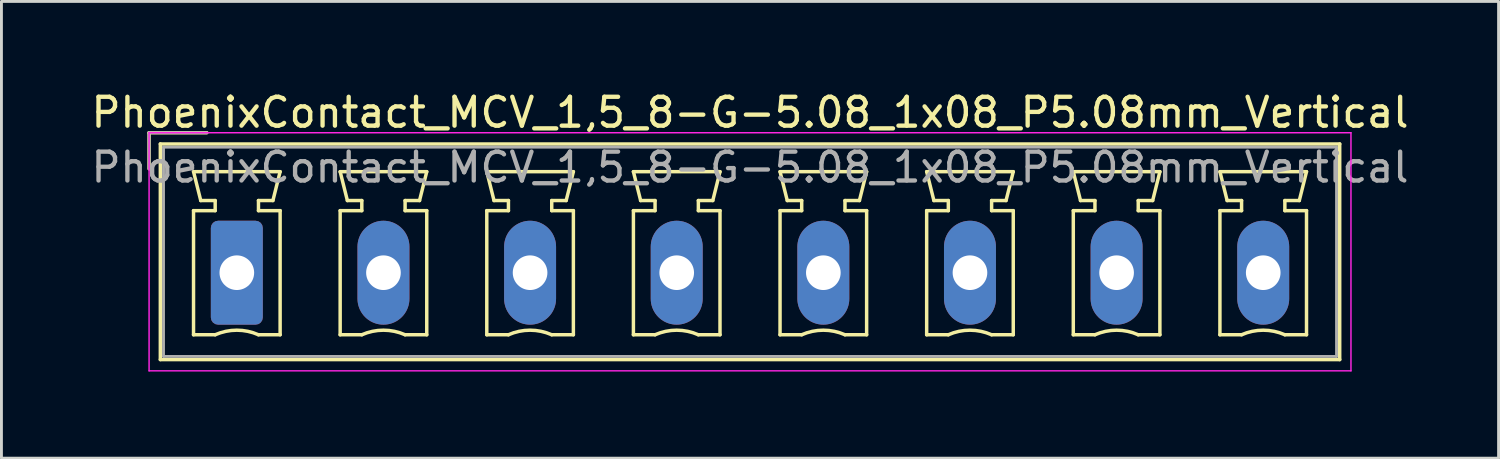
<source format=kicad_pcb>
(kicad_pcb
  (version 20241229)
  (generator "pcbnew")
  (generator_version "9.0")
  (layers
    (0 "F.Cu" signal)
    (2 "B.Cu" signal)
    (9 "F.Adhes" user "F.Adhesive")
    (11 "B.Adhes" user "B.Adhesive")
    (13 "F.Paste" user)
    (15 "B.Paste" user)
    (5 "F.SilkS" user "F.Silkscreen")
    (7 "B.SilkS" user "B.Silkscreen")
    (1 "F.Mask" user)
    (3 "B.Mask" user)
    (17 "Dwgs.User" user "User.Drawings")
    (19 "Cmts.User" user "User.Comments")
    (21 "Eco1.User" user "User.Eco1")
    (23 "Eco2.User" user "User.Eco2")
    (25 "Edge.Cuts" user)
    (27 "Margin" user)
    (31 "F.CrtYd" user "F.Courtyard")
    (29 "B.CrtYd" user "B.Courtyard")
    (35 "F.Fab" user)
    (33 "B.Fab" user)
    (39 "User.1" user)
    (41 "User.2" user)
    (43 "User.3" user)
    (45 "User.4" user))
  (footprint "PhoenixContact_MCV_1,5_8-G-5.08_1x08_P5.08mm_Vertical"
    (layer "F.Cu")
    (at 5.155 6.398)
    (property "Reference" "PhoenixContact_MCV_1,5_8-G-5.08_1x08_P5.08mm_Vertical" (at 17.78 -5.55 0) (layer "F.SilkS") (effects (font (size 1 1) (thickness 0.15))))
    (attr through_hole)
    (fp_line (start -3.04 -4.85) (end -1.04 -4.85) (stroke (width 0.12) (type solid)) (layer "F.SilkS"))
    (fp_line (start -3.04 -3.6) (end -3.04 -4.85) (stroke (width 0.12) (type solid)) (layer "F.SilkS"))
    (fp_line (start -2.65 -4.46) (end -2.65 3.01) (stroke (width 0.12) (type solid)) (layer "F.SilkS"))
    (fp_line (start -2.65 3.01) (end 38.21 3.01) (stroke (width 0.12) (type solid)) (layer "F.SilkS"))
    (fp_line (start -1.5 -3.5) (end 1.5 -3.5) (stroke (width 0.12) (type solid)) (layer "F.SilkS"))
    (fp_line (start -1.5 -2.15) (end -0.75 -2.15) (stroke (width 0.12) (type solid)) (layer "F.SilkS"))
    (fp_line (start -1.5 2.15) (end -1.5 -2.15) (stroke (width 0.12) (type solid)) (layer "F.SilkS"))
    (fp_line (start -1.25 -2.5) (end -1.5 -3.5) (stroke (width 0.12) (type solid)) (layer "F.SilkS"))
    (fp_line (start -0.75 -2.5) (end -1.25 -2.5) (stroke (width 0.12) (type solid)) (layer "F.SilkS"))
    (fp_line (start -0.75 -2.15) (end -0.75 -2.5) (stroke (width 0.12) (type solid)) (layer "F.SilkS"))
    (fp_line (start -0.75 2.15) (end -1.5 2.15) (stroke (width 0.12) (type solid)) (layer "F.SilkS"))
    (fp_line (start 0.75 -2.5) (end 0.75 -2.15) (stroke (width 0.12) (type solid)) (layer "F.SilkS"))
    (fp_line (start 0.75 -2.15) (end 1.5 -2.15) (stroke (width 0.12) (type solid)) (layer "F.SilkS"))
    (fp_line (start 1.25 -2.5) (end 0.75 -2.5) (stroke (width 0.12) (type solid)) (layer "F.SilkS"))
    (fp_line (start 1.5 -3.5) (end 1.25 -2.5) (stroke (width 0.12) (type solid)) (layer "F.SilkS"))
    (fp_line (start 1.5 -2.15) (end 1.5 2.15) (stroke (width 0.12) (type solid)) (layer "F.SilkS"))
    (fp_line (start 1.5 2.15) (end 0.75 2.15) (stroke (width 0.12) (type solid)) (layer "F.SilkS"))
    (fp_line (start 3.58 -3.5) (end 6.58 -3.5) (stroke (width 0.12) (type solid)) (layer "F.SilkS"))
    (fp_line (start 3.58 -2.15) (end 4.33 -2.15) (stroke (width 0.12) (type solid)) (layer "F.SilkS"))
    (fp_line (start 3.58 2.15) (end 3.58 -2.15) (stroke (width 0.12) (type solid)) (layer "F.SilkS"))
    (fp_line (start 3.83 -2.5) (end 3.58 -3.5) (stroke (width 0.12) (type solid)) (layer "F.SilkS"))
    (fp_line (start 4.33 -2.5) (end 3.83 -2.5) (stroke (width 0.12) (type solid)) (layer "F.SilkS"))
    (fp_line (start 4.33 -2.15) (end 4.33 -2.5) (stroke (width 0.12) (type solid)) (layer "F.SilkS"))
    (fp_line (start 4.33 2.15) (end 3.58 2.15) (stroke (width 0.12) (type solid)) (layer "F.SilkS"))
    (fp_line (start 5.83 -2.5) (end 5.83 -2.15) (stroke (width 0.12) (type solid)) (layer "F.SilkS"))
    (fp_line (start 5.83 -2.15) (end 6.58 -2.15) (stroke (width 0.12) (type solid)) (layer "F.SilkS"))
    (fp_line (start 6.33 -2.5) (end 5.83 -2.5) (stroke (width 0.12) (type solid)) (layer "F.SilkS"))
    (fp_line (start 6.58 -3.5) (end 6.33 -2.5) (stroke (width 0.12) (type solid)) (layer "F.SilkS"))
    (fp_line (start 6.58 -2.15) (end 6.58 2.15) (stroke (width 0.12) (type solid)) (layer "F.SilkS"))
    (fp_line (start 6.58 2.15) (end 5.83 2.15) (stroke (width 0.12) (type solid)) (layer "F.SilkS"))
    (fp_line (start 8.66 -3.5) (end 11.66 -3.5) (stroke (width 0.12) (type solid)) (layer "F.SilkS"))
    (fp_line (start 8.66 -2.15) (end 9.41 -2.15) (stroke (width 0.12) (type solid)) (layer "F.SilkS"))
    (fp_line (start 8.66 2.15) (end 8.66 -2.15) (stroke (width 0.12) (type solid)) (layer "F.SilkS"))
    (fp_line (start 8.91 -2.5) (end 8.66 -3.5) (stroke (width 0.12) (type solid)) (layer "F.SilkS"))
    (fp_line (start 9.41 -2.5) (end 8.91 -2.5) (stroke (width 0.12) (type solid)) (layer "F.SilkS"))
    (fp_line (start 9.41 -2.15) (end 9.41 -2.5) (stroke (width 0.12) (type solid)) (layer "F.SilkS"))
    (fp_line (start 9.41 2.15) (end 8.66 2.15) (stroke (width 0.12) (type solid)) (layer "F.SilkS"))
    (fp_line (start 10.91 -2.5) (end 10.91 -2.15) (stroke (width 0.12) (type solid)) (layer "F.SilkS"))
    (fp_line (start 10.91 -2.15) (end 11.66 -2.15) (stroke (width 0.12) (type solid)) (layer "F.SilkS"))
    (fp_line (start 11.41 -2.5) (end 10.91 -2.5) (stroke (width 0.12) (type solid)) (layer "F.SilkS"))
    (fp_line (start 11.66 -3.5) (end 11.41 -2.5) (stroke (width 0.12) (type solid)) (layer "F.SilkS"))
    (fp_line (start 11.66 -2.15) (end 11.66 2.15) (stroke (width 0.12) (type solid)) (layer "F.SilkS"))
    (fp_line (start 11.66 2.15) (end 10.91 2.15) (stroke (width 0.12) (type solid)) (layer "F.SilkS"))
    (fp_line (start 13.74 -3.5) (end 16.74 -3.5) (stroke (width 0.12) (type solid)) (layer "F.SilkS"))
    (fp_line (start 13.74 -2.15) (end 14.49 -2.15) (stroke (width 0.12) (type solid)) (layer "F.SilkS"))
    (fp_line (start 13.74 2.15) (end 13.74 -2.15) (stroke (width 0.12) (type solid)) (layer "F.SilkS"))
    (fp_line (start 13.99 -2.5) (end 13.74 -3.5) (stroke (width 0.12) (type solid)) (layer "F.SilkS"))
    (fp_line (start 14.49 -2.5) (end 13.99 -2.5) (stroke (width 0.12) (type solid)) (layer "F.SilkS"))
    (fp_line (start 14.49 -2.15) (end 14.49 -2.5) (stroke (width 0.12) (type solid)) (layer "F.SilkS"))
    (fp_line (start 14.49 2.15) (end 13.74 2.15) (stroke (width 0.12) (type solid)) (layer "F.SilkS"))
    (fp_line (start 15.99 -2.5) (end 15.99 -2.15) (stroke (width 0.12) (type solid)) (layer "F.SilkS"))
    (fp_line (start 15.99 -2.15) (end 16.74 -2.15) (stroke (width 0.12) (type solid)) (layer "F.SilkS"))
    (fp_line (start 16.49 -2.5) (end 15.99 -2.5) (stroke (width 0.12) (type solid)) (layer "F.SilkS"))
    (fp_line (start 16.74 -3.5) (end 16.49 -2.5) (stroke (width 0.12) (type solid)) (layer "F.SilkS"))
    (fp_line (start 16.74 -2.15) (end 16.74 2.15) (stroke (width 0.12) (type solid)) (layer "F.SilkS"))
    (fp_line (start 16.74 2.15) (end 15.99 2.15) (stroke (width 0.12) (type solid)) (layer "F.SilkS"))
    (fp_line (start 18.82 -3.5) (end 21.82 -3.5) (stroke (width 0.12) (type solid)) (layer "F.SilkS"))
    (fp_line (start 18.82 -2.15) (end 19.57 -2.15) (stroke (width 0.12) (type solid)) (layer "F.SilkS"))
    (fp_line (start 18.82 2.15) (end 18.82 -2.15) (stroke (width 0.12) (type solid)) (layer "F.SilkS"))
    (fp_line (start 19.07 -2.5) (end 18.82 -3.5) (stroke (width 0.12) (type solid)) (layer "F.SilkS"))
    (fp_line (start 19.57 -2.5) (end 19.07 -2.5) (stroke (width 0.12) (type solid)) (layer "F.SilkS"))
    (fp_line (start 19.57 -2.15) (end 19.57 -2.5) (stroke (width 0.12) (type solid)) (layer "F.SilkS"))
    (fp_line (start 19.57 2.15) (end 18.82 2.15) (stroke (width 0.12) (type solid)) (layer "F.SilkS"))
    (fp_line (start 21.07 -2.5) (end 21.07 -2.15) (stroke (width 0.12) (type solid)) (layer "F.SilkS"))
    (fp_line (start 21.07 -2.15) (end 21.82 -2.15) (stroke (width 0.12) (type solid)) (layer "F.SilkS"))
    (fp_line (start 21.57 -2.5) (end 21.07 -2.5) (stroke (width 0.12) (type solid)) (layer "F.SilkS"))
    (fp_line (start 21.82 -3.5) (end 21.57 -2.5) (stroke (width 0.12) (type solid)) (layer "F.SilkS"))
    (fp_line (start 21.82 -2.15) (end 21.82 2.15) (stroke (width 0.12) (type solid)) (layer "F.SilkS"))
    (fp_line (start 21.82 2.15) (end 21.07 2.15) (stroke (width 0.12) (type solid)) (layer "F.SilkS"))
    (fp_line (start 23.9 -3.5) (end 26.9 -3.5) (stroke (width 0.12) (type solid)) (layer "F.SilkS"))
    (fp_line (start 23.9 -2.15) (end 24.65 -2.15) (stroke (width 0.12) (type solid)) (layer "F.SilkS"))
    (fp_line (start 23.9 2.15) (end 23.9 -2.15) (stroke (width 0.12) (type solid)) (layer "F.SilkS"))
    (fp_line (start 24.15 -2.5) (end 23.9 -3.5) (stroke (width 0.12) (type solid)) (layer "F.SilkS"))
    (fp_line (start 24.65 -2.5) (end 24.15 -2.5) (stroke (width 0.12) (type solid)) (layer "F.SilkS"))
    (fp_line (start 24.65 -2.15) (end 24.65 -2.5) (stroke (width 0.12) (type solid)) (layer "F.SilkS"))
    (fp_line (start 24.65 2.15) (end 23.9 2.15) (stroke (width 0.12) (type solid)) (layer "F.SilkS"))
    (fp_line (start 26.15 -2.5) (end 26.15 -2.15) (stroke (width 0.12) (type solid)) (layer "F.SilkS"))
    (fp_line (start 26.15 -2.15) (end 26.9 -2.15) (stroke (width 0.12) (type solid)) (layer "F.SilkS"))
    (fp_line (start 26.65 -2.5) (end 26.15 -2.5) (stroke (width 0.12) (type solid)) (layer "F.SilkS"))
    (fp_line (start 26.9 -3.5) (end 26.65 -2.5) (stroke (width 0.12) (type solid)) (layer "F.SilkS"))
    (fp_line (start 26.9 -2.15) (end 26.9 2.15) (stroke (width 0.12) (type solid)) (layer "F.SilkS"))
    (fp_line (start 26.9 2.15) (end 26.15 2.15) (stroke (width 0.12) (type solid)) (layer "F.SilkS"))
    (fp_line (start 28.98 -3.5) (end 31.98 -3.5) (stroke (width 0.12) (type solid)) (layer "F.SilkS"))
    (fp_line (start 28.98 -2.15) (end 29.73 -2.15) (stroke (width 0.12) (type solid)) (layer "F.SilkS"))
    (fp_line (start 28.98 2.15) (end 28.98 -2.15) (stroke (width 0.12) (type solid)) (layer "F.SilkS"))
    (fp_line (start 29.23 -2.5) (end 28.98 -3.5) (stroke (width 0.12) (type solid)) (layer "F.SilkS"))
    (fp_line (start 29.73 -2.5) (end 29.23 -2.5) (stroke (width 0.12) (type solid)) (layer "F.SilkS"))
    (fp_line (start 29.73 -2.15) (end 29.73 -2.5) (stroke (width 0.12) (type solid)) (layer "F.SilkS"))
    (fp_line (start 29.73 2.15) (end 28.98 2.15) (stroke (width 0.12) (type solid)) (layer "F.SilkS"))
    (fp_line (start 31.23 -2.5) (end 31.23 -2.15) (stroke (width 0.12) (type solid)) (layer "F.SilkS"))
    (fp_line (start 31.23 -2.15) (end 31.98 -2.15) (stroke (width 0.12) (type solid)) (layer "F.SilkS"))
    (fp_line (start 31.73 -2.5) (end 31.23 -2.5) (stroke (width 0.12) (type solid)) (layer "F.SilkS"))
    (fp_line (start 31.98 -3.5) (end 31.73 -2.5) (stroke (width 0.12) (type solid)) (layer "F.SilkS"))
    (fp_line (start 31.98 -2.15) (end 31.98 2.15) (stroke (width 0.12) (type solid)) (layer "F.SilkS"))
    (fp_line (start 31.98 2.15) (end 31.23 2.15) (stroke (width 0.12) (type solid)) (layer "F.SilkS"))
    (fp_line (start 34.06 -3.5) (end 37.06 -3.5) (stroke (width 0.12) (type solid)) (layer "F.SilkS"))
    (fp_line (start 34.06 -2.15) (end 34.81 -2.15) (stroke (width 0.12) (type solid)) (layer "F.SilkS"))
    (fp_line (start 34.06 2.15) (end 34.06 -2.15) (stroke (width 0.12) (type solid)) (layer "F.SilkS"))
    (fp_line (start 34.31 -2.5) (end 34.06 -3.5) (stroke (width 0.12) (type solid)) (layer "F.SilkS"))
    (fp_line (start 34.81 -2.5) (end 34.31 -2.5) (stroke (width 0.12) (type solid)) (layer "F.SilkS"))
    (fp_line (start 34.81 -2.15) (end 34.81 -2.5) (stroke (width 0.12) (type solid)) (layer "F.SilkS"))
    (fp_line (start 34.81 2.15) (end 34.06 2.15) (stroke (width 0.12) (type solid)) (layer "F.SilkS"))
    (fp_line (start 36.31 -2.5) (end 36.31 -2.15) (stroke (width 0.12) (type solid)) (layer "F.SilkS"))
    (fp_line (start 36.31 -2.15) (end 37.06 -2.15) (stroke (width 0.12) (type solid)) (layer "F.SilkS"))
    (fp_line (start 36.81 -2.5) (end 36.31 -2.5) (stroke (width 0.12) (type solid)) (layer "F.SilkS"))
    (fp_line (start 37.06 -3.5) (end 36.81 -2.5) (stroke (width 0.12) (type solid)) (layer "F.SilkS"))
    (fp_line (start 37.06 -2.15) (end 37.06 2.15) (stroke (width 0.12) (type solid)) (layer "F.SilkS"))
    (fp_line (start 37.06 2.15) (end 36.31 2.15) (stroke (width 0.12) (type solid)) (layer "F.SilkS"))
    (fp_line (start 38.21 -4.46) (end -2.65 -4.46) (stroke (width 0.12) (type solid)) (layer "F.SilkS"))
    (fp_line (start 38.21 3.01) (end 38.21 -4.46) (stroke (width 0.12) (type solid)) (layer "F.SilkS"))
    (fp_arc (start -0.75 2.15) (mid -0.000193 1.99191) (end 0.749647 2.149844) (stroke (width 0.12) (type solid)) (layer "F.SilkS"))
    (fp_arc (start 4.33 2.15) (mid 5.079807 1.99191) (end 5.829647 2.149844) (stroke (width 0.12) (type solid)) (layer "F.SilkS"))
    (fp_arc (start 9.41 2.15) (mid 10.159807 1.99191) (end 10.909647 2.149844) (stroke (width 0.12) (type solid)) (layer "F.SilkS"))
    (fp_arc (start 14.49 2.15) (mid 15.239807 1.99191) (end 15.989647 2.149844) (stroke (width 0.12) (type solid)) (layer "F.SilkS"))
    (fp_arc (start 19.57 2.15) (mid 20.319807 1.99191) (end 21.069647 2.149844) (stroke (width 0.12) (type solid)) (layer "F.SilkS"))
    (fp_arc (start 24.65 2.15) (mid 25.399807 1.99191) (end 26.149647 2.149844) (stroke (width 0.12) (type solid)) (layer "F.SilkS"))
    (fp_arc (start 29.73 2.15) (mid 30.479807 1.99191) (end 31.229647 2.149844) (stroke (width 0.12) (type solid)) (layer "F.SilkS"))
    (fp_arc (start 34.81 2.15) (mid 35.559807 1.99191) (end 36.309647 2.149844) (stroke (width 0.12) (type solid)) (layer "F.SilkS"))
    (fp_line (start -3.04 -4.85) (end -3.04 3.4) (stroke (width 0.05) (type solid)) (layer "F.CrtYd"))
    (fp_line (start -3.04 3.4) (end 38.6 3.4) (stroke (width 0.05) (type solid)) (layer "F.CrtYd"))
    (fp_line (start 38.6 -4.85) (end -3.04 -4.85) (stroke (width 0.05) (type solid)) (layer "F.CrtYd"))
    (fp_line (start 38.6 3.4) (end 38.6 -4.85) (stroke (width 0.05) (type solid)) (layer "F.CrtYd"))
    (fp_line (start -3.04 -4.85) (end -1.04 -4.85) (stroke (width 0.1) (type solid)) (layer "F.Fab"))
    (fp_line (start -3.04 -3.6) (end -3.04 -4.85) (stroke (width 0.1) (type solid)) (layer "F.Fab"))
    (fp_line (start -2.54 -4.35) (end -2.54 2.9) (stroke (width 0.1) (type solid)) (layer "F.Fab"))
    (fp_line (start -2.54 2.9) (end 38.1 2.9) (stroke (width 0.1) (type solid)) (layer "F.Fab"))
    (fp_line (start 38.1 -4.35) (end -2.54 -4.35) (stroke (width 0.1) (type solid)) (layer "F.Fab"))
    (fp_line (start 38.1 2.9) (end 38.1 -4.35) (stroke (width 0.1) (type solid)) (layer "F.Fab"))
    (fp_text user "${REFERENCE}" (at 17.78 -3.65 0) (layer "F.Fab") (effects (font (size 1 1) (thickness 0.15))))
    (pad "1" thru_hole roundrect (at 0 0) (size 1.8 3.6) (drill 1.2) (layers "*.Cu" "*.Mask") (roundrect_rratio 0.139))
    (pad "2" thru_hole oval (at 5.08 0) (size 1.8 3.6) (drill 1.2) (layers "*.Cu" "*.Mask"))
    (pad "3" thru_hole oval (at 10.16 0) (size 1.8 3.6) (drill 1.2) (layers "*.Cu" "*.Mask"))
    (pad "4" thru_hole oval (at 15.24 0) (size 1.8 3.6) (drill 1.2) (layers "*.Cu" "*.Mask"))
    (pad "5" thru_hole oval (at 20.32 0) (size 1.8 3.6) (drill 1.2) (layers "*.Cu" "*.Mask"))
    (pad "6" thru_hole oval (at 25.4 0) (size 1.8 3.6) (drill 1.2) (layers "*.Cu" "*.Mask"))
    (pad "7" thru_hole oval (at 30.48 0) (size 1.8 3.6) (drill 1.2) (layers "*.Cu" "*.Mask"))
    (pad "8" thru_hole oval (at 35.56 0) (size 1.8 3.6) (drill 1.2) (layers "*.Cu" "*.Mask")))
  (gr_rect
    (start -3 -3)
    (end 48.869 12.823)
    (stroke (width 0.1) (type default))
    (fill no)
    (layer "Edge.Cuts")))
</source>
